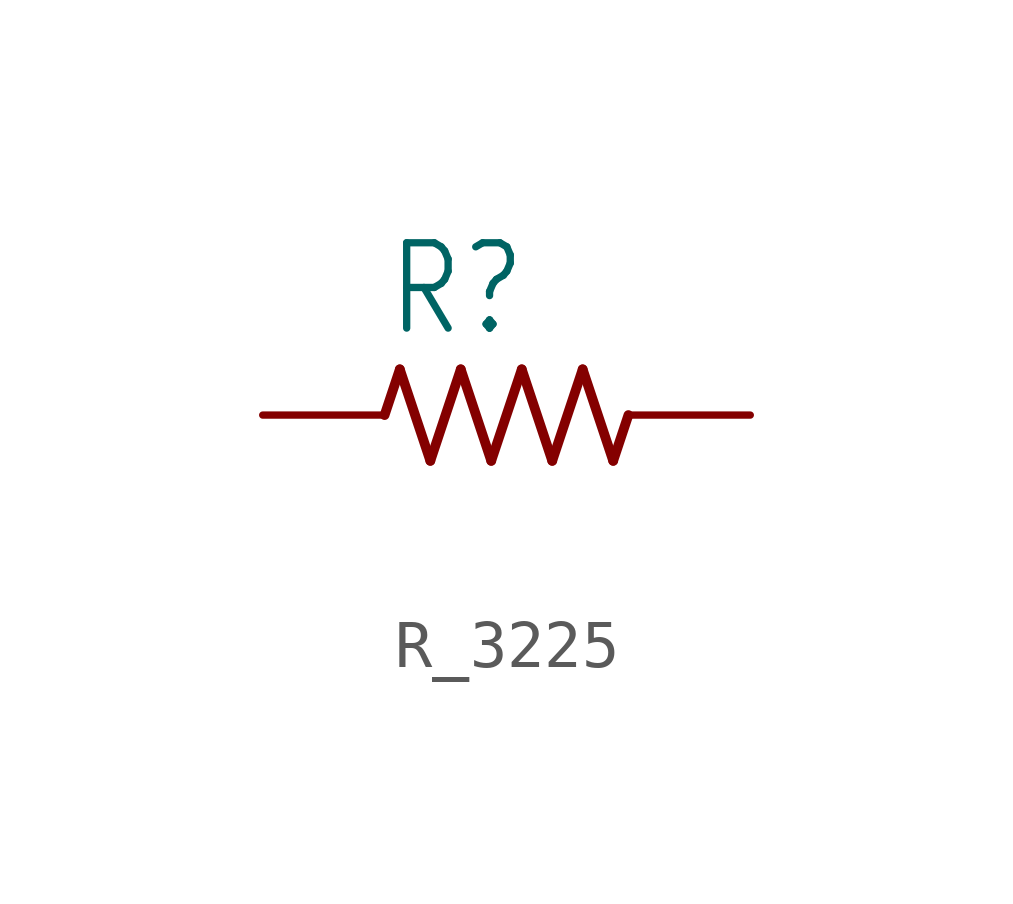
<source format=kicad_sym>
(kicad_symbol_lib
  (version 20231120)
  (generator "kicad_symbol_editor")
  (generator_version "8.0")
  (symbol "R_3225"
    (property "Reference" "R"
      (at -2.54 1.587 0)
      (effects (font (size 1.778 1.511)) (justify left bottom)))
    (property "Value" ""
      (at -2.54 -3.175 0)
      (effects (font (size 1.778 1.511)) (justify left bottom)))
    (property "ki_locked" ""
      (at 0 0 0)
      (effects (font (size 1.27 1.27))))
    (symbol "R_3225_1_0"
      (polyline (pts (xy -2.54 0) (xy -2.223 0.953)) (stroke (width 0.203) (type solid)) (fill (type none)))
      (polyline (pts (xy -2.223 0.953) (xy -1.587 -0.953)) (stroke (width 0.203) (type solid)) (fill (type none)))
      (polyline (pts (xy -1.587 -0.953) (xy -0.953 0.953)) (stroke (width 0.203) (type solid)) (fill (type none)))
      (polyline (pts (xy -0.953 0.953) (xy -0.318 -0.953)) (stroke (width 0.203) (type solid)) (fill (type none)))
      (polyline (pts (xy -0.318 -0.953) (xy 0.318 0.953)) (stroke (width 0.203) (type solid)) (fill (type none)))
      (polyline (pts (xy 0.318 0.953) (xy 0.953 -0.953)) (stroke (width 0.203) (type solid)) (fill (type none)))
      (polyline (pts (xy 0.953 -0.953) (xy 1.587 0.953)) (stroke (width 0.203) (type solid)) (fill (type none)))
      (polyline (pts (xy 1.587 0.953) (xy 2.223 -0.953)) (stroke (width 0.203) (type solid)) (fill (type none)))
      (polyline (pts (xy 2.223 -0.953) (xy 2.54 0)) (stroke (width 0.203) (type solid)) (fill (type none)))
      (pin passive line (at -5.08 0 0) (length 2.54) (name "1" (effects (font (size 0 0)))) (number "1" (effects (font (size 0 0)))))
      (pin passive line (at 5.08 0 180) (length 2.54) (name "2" (effects (font (size 0 0)))) (number "2" (effects (font (size 0 0))))))))
</source>
